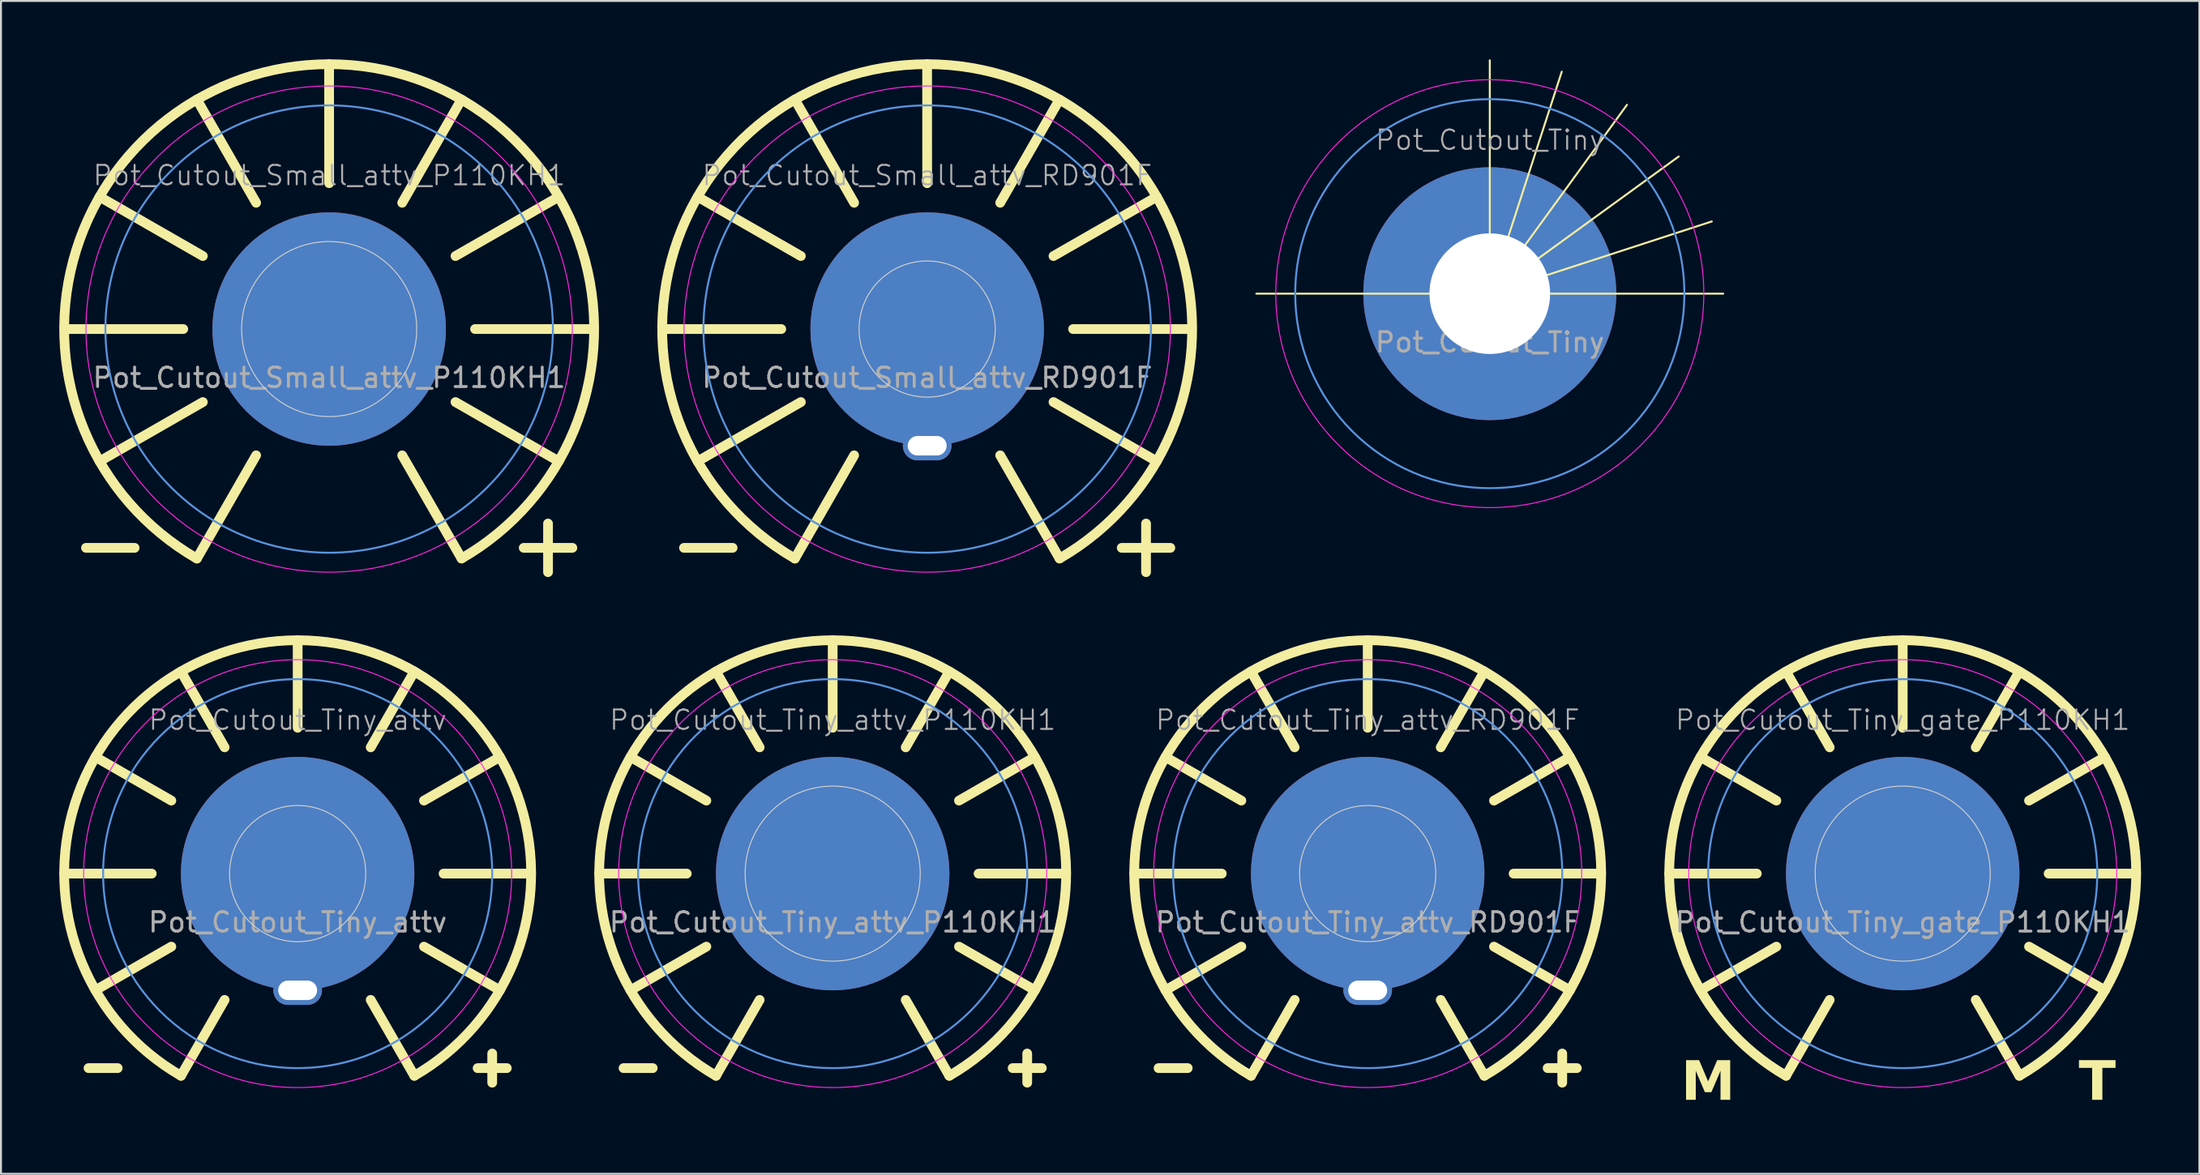
<source format=kicad_pcb>
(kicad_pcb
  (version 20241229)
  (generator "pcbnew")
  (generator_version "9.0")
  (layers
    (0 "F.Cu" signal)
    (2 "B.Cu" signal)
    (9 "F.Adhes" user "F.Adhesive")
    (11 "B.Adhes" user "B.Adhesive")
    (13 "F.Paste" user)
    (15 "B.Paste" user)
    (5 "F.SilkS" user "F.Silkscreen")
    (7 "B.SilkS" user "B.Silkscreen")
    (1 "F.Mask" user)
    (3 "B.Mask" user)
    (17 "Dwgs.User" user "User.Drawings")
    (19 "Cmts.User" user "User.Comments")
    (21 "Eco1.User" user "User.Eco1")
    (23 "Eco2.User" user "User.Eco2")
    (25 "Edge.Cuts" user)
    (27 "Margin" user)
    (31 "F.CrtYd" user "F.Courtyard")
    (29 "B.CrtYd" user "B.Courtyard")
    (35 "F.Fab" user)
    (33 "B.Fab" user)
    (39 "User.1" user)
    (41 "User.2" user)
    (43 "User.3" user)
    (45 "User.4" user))
  (footprint "Pot_Cutout_Tiny_attv_RD901F"
    (layer "F.Cu")
    (at 67.25 41.869)
    (property "Reference" "Pot_Cutout_Tiny_attv_RD901F" (at 0 -7.9 0) (unlocked yes) (layer "F.Fab") (effects (font (size 1 1) (thickness 0.1))))
    (attr through_hole)
    (fp_line (start -10.75 10) (end -9.25 10) (stroke (width 0.5) (type default)) (layer "F.SilkS"))
    (fp_line (start -7.5 0) (end -12 0) (stroke (width 0.5) (type default)) (layer "F.SilkS"))
    (fp_line (start -6.493 -3.754) (end -10.394 -5.997) (stroke (width 0.5) (type default)) (layer "F.SilkS"))
    (fp_line (start -6.493 3.754) (end -10.394 5.997) (stroke (width 0.5) (type default)) (layer "F.SilkS"))
    (fp_line (start -3.754 -6.493) (end -5.997 -10.394) (stroke (width 0.5) (type default)) (layer "F.SilkS"))
    (fp_line (start -3.754 6.493) (end -5.997 10.394) (stroke (width 0.5) (type default)) (layer "F.SilkS"))
    (fp_line (start 0 -7.5) (end 0 -12) (stroke (width 0.5) (type default)) (layer "F.SilkS"))
    (fp_line (start 3.754 -6.493) (end 5.997 -10.394) (stroke (width 0.5) (type default)) (layer "F.SilkS"))
    (fp_line (start 3.754 6.493) (end 5.997 10.394) (stroke (width 0.5) (type default)) (layer "F.SilkS"))
    (fp_line (start 6.493 -3.754) (end 10.394 -5.997) (stroke (width 0.5) (type default)) (layer "F.SilkS"))
    (fp_line (start 6.493 3.754) (end 10.394 5.997) (stroke (width 0.5) (type default)) (layer "F.SilkS"))
    (fp_line (start 7.5 0) (end 12 0) (stroke (width 0.5) (type default)) (layer "F.SilkS"))
    (fp_line (start 9.25 10) (end 10.75 10) (stroke (width 0.5) (type default)) (layer "F.SilkS"))
    (fp_line (start 10 10.75) (end 10 9.25) (stroke (width 0.5) (type default)) (layer "F.SilkS"))
    (fp_arc (start -5.996567 10.394285) (mid -11.591622 -3.103914) (end 0 -11.999999) (stroke (width 0.5) (type default)) (layer "F.SilkS"))
    (fp_arc (start 0 -11.999996) (mid 11.591604 -3.103969) (end 5.996669 10.394227) (stroke (width 0.5) (type default)) (layer "F.SilkS"))
    (fp_circle (center 0 0) (end 10 0) (stroke (width 0.1) (type default)) (fill no) (layer "Cmts.User"))
    (fp_circle (center 0 0) (end 3.5 0) (stroke (width 0.05) (type default)) (fill no) (layer "Edge.Cuts"))
    (fp_circle (center 0 0) (end 11 0) (stroke (width 0.05) (type default)) (fill no) (layer "F.CrtYd"))
    (fp_text user "${REFERENCE}" (at 0 2.5 0) (unlocked yes) (layer "F.Fab") (effects (font (size 1 1) (thickness 0.15))))
    (pad "1" connect circle (at 0 0) (size 12 12) (layers "F.Cu" "F.Mask"))
    (pad "1" connect circle (at 0 0) (size 12 12) (layers "B.Cu" "B.Mask"))
    (pad "1" thru_hole oval (at 0 6) (size 2.5 1.5) (drill oval 2 1) (layers "*.Cu" "*.Mask")))
  (footprint "Pot_Cutout_Tiny_attv"
    (layer "F.Cu")
    (at 12.25 41.869)
    (property "Reference" "Pot_Cutout_Tiny_attv" (at 0 -7.9 0) (unlocked yes) (layer "F.Fab") (effects (font (size 1 1) (thickness 0.1))))
    (attr through_hole)
    (fp_line (start -10.75 10) (end -9.25 10) (stroke (width 0.5) (type default)) (layer "F.SilkS"))
    (fp_line (start -7.5 0) (end -12 0) (stroke (width 0.5) (type default)) (layer "F.SilkS"))
    (fp_line (start -6.493 -3.754) (end -10.394 -5.997) (stroke (width 0.5) (type default)) (layer "F.SilkS"))
    (fp_line (start -6.493 3.754) (end -10.394 5.997) (stroke (width 0.5) (type default)) (layer "F.SilkS"))
    (fp_line (start -3.754 -6.493) (end -5.997 -10.394) (stroke (width 0.5) (type default)) (layer "F.SilkS"))
    (fp_line (start -3.754 6.493) (end -5.997 10.394) (stroke (width 0.5) (type default)) (layer "F.SilkS"))
    (fp_line (start 0 -7.5) (end 0 -12) (stroke (width 0.5) (type default)) (layer "F.SilkS"))
    (fp_line (start 3.754 -6.493) (end 5.997 -10.394) (stroke (width 0.5) (type default)) (layer "F.SilkS"))
    (fp_line (start 3.754 6.493) (end 5.997 10.394) (stroke (width 0.5) (type default)) (layer "F.SilkS"))
    (fp_line (start 6.493 -3.754) (end 10.394 -5.997) (stroke (width 0.5) (type default)) (layer "F.SilkS"))
    (fp_line (start 6.493 3.754) (end 10.394 5.997) (stroke (width 0.5) (type default)) (layer "F.SilkS"))
    (fp_line (start 7.5 0) (end 12 0) (stroke (width 0.5) (type default)) (layer "F.SilkS"))
    (fp_line (start 9.25 10) (end 10.75 10) (stroke (width 0.5) (type default)) (layer "F.SilkS"))
    (fp_line (start 10 10.75) (end 10 9.25) (stroke (width 0.5) (type default)) (layer "F.SilkS"))
    (fp_arc (start -5.996567 10.394285) (mid -11.591622 -3.103914) (end 0 -11.999999) (stroke (width 0.5) (type default)) (layer "F.SilkS"))
    (fp_arc (start 0 -11.999996) (mid 11.591604 -3.103969) (end 5.996669 10.394227) (stroke (width 0.5) (type default)) (layer "F.SilkS"))
    (fp_circle (center 0 0) (end 10 0) (stroke (width 0.1) (type default)) (fill no) (layer "Cmts.User"))
    (fp_circle (center 0 0) (end 0 3.5) (stroke (width 0.05) (type default)) (fill no) (layer "Edge.Cuts"))
    (fp_circle (center 0 0) (end 11 0) (stroke (width 0.05) (type default)) (fill no) (layer "F.CrtYd"))
    (fp_text user "${REFERENCE}" (at 0 2.5 0) (unlocked yes) (layer "F.Fab") (effects (font (size 1 1) (thickness 0.15))))
    (pad "1" connect circle (at 0 0) (size 12 12) (layers "F.Cu" "F.Mask"))
    (pad "1" connect circle (at 0 0) (size 12 12) (layers "B.Cu" "B.Mask"))
    (pad "1" thru_hole oval (at 0 6) (size 2.5 1.5) (drill oval 2 1) (layers "*.Cu" "*.Mask")))
  (footprint "Pot_Cutout_Tiny_attv_P110KH1"
    (layer "F.Cu")
    (at 39.75 41.869)
    (property "Reference" "Pot_Cutout_Tiny_attv_P110KH1" (at 0 -7.9 0) (unlocked yes) (layer "F.Fab") (effects (font (size 1 1) (thickness 0.1))))
    (attr through_hole)
    (fp_line (start -10.75 10) (end -9.25 10) (stroke (width 0.5) (type default)) (layer "F.SilkS"))
    (fp_line (start -7.5 0) (end -12 0) (stroke (width 0.5) (type default)) (layer "F.SilkS"))
    (fp_line (start -6.493 -3.754) (end -10.394 -5.997) (stroke (width 0.5) (type default)) (layer "F.SilkS"))
    (fp_line (start -6.493 3.754) (end -10.394 5.997) (stroke (width 0.5) (type default)) (layer "F.SilkS"))
    (fp_line (start -3.754 -6.493) (end -5.997 -10.394) (stroke (width 0.5) (type default)) (layer "F.SilkS"))
    (fp_line (start -3.754 6.493) (end -5.997 10.394) (stroke (width 0.5) (type default)) (layer "F.SilkS"))
    (fp_line (start 0 -7.5) (end 0 -12) (stroke (width 0.5) (type default)) (layer "F.SilkS"))
    (fp_line (start 3.754 -6.493) (end 5.997 -10.394) (stroke (width 0.5) (type default)) (layer "F.SilkS"))
    (fp_line (start 3.754 6.493) (end 5.997 10.394) (stroke (width 0.5) (type default)) (layer "F.SilkS"))
    (fp_line (start 6.493 -3.754) (end 10.394 -5.997) (stroke (width 0.5) (type default)) (layer "F.SilkS"))
    (fp_line (start 6.493 3.754) (end 10.394 5.997) (stroke (width 0.5) (type default)) (layer "F.SilkS"))
    (fp_line (start 7.5 0) (end 12 0) (stroke (width 0.5) (type default)) (layer "F.SilkS"))
    (fp_line (start 9.25 10) (end 10.75 10) (stroke (width 0.5) (type default)) (layer "F.SilkS"))
    (fp_line (start 10 10.75) (end 10 9.25) (stroke (width 0.5) (type default)) (layer "F.SilkS"))
    (fp_arc (start -5.996567 10.394285) (mid -11.591622 -3.103914) (end 0 -11.999999) (stroke (width 0.5) (type default)) (layer "F.SilkS"))
    (fp_arc (start 0 -11.999996) (mid 11.591604 -3.103969) (end 5.996669 10.394227) (stroke (width 0.5) (type default)) (layer "F.SilkS"))
    (fp_circle (center 0 0) (end 10 0) (stroke (width 0.1) (type default)) (fill no) (layer "Cmts.User"))
    (fp_circle (center 0 0) (end 4.5 0) (stroke (width 0.05) (type default)) (fill no) (layer "Edge.Cuts"))
    (fp_circle (center 0 0) (end 11 0) (stroke (width 0.05) (type default)) (fill no) (layer "F.CrtYd"))
    (fp_text user "${REFERENCE}" (at 0 2.5 0) (unlocked yes) (layer "F.Fab") (effects (font (size 1 1) (thickness 0.15))))
    (pad "1" connect circle (at 0 0) (size 12 12) (layers "F.Cu" "F.Mask"))
    (pad "1" connect circle (at 0 0) (size 12 12) (layers "B.Cu" "B.Mask")))
  (footprint "Pot_Cutout_Tiny_gate_P110KH1"
    (layer "F.Cu")
    (at 94.75 41.869)
    (property "Reference" "Pot_Cutout_Tiny_gate_P110KH1" (at 0 -7.9 0) (unlocked yes) (layer "F.Fab") (effects (font (size 1 1) (thickness 0.1))))
    (attr through_hole)
    (fp_line (start -7.5 0) (end -12 0) (stroke (width 0.5) (type default)) (layer "F.SilkS"))
    (fp_line (start -6.493 -3.754) (end -10.394 -5.997) (stroke (width 0.5) (type default)) (layer "F.SilkS"))
    (fp_line (start -6.493 3.754) (end -10.394 5.997) (stroke (width 0.5) (type default)) (layer "F.SilkS"))
    (fp_line (start -3.754 -6.493) (end -5.997 -10.394) (stroke (width 0.5) (type default)) (layer "F.SilkS"))
    (fp_line (start -3.754 6.493) (end -5.997 10.394) (stroke (width 0.5) (type default)) (layer "F.SilkS"))
    (fp_line (start 0 -7.5) (end 0 -12) (stroke (width 0.5) (type default)) (layer "F.SilkS"))
    (fp_line (start 3.754 -6.493) (end 5.997 -10.394) (stroke (width 0.5) (type default)) (layer "F.SilkS"))
    (fp_line (start 3.754 6.493) (end 5.997 10.394) (stroke (width 0.5) (type default)) (layer "F.SilkS"))
    (fp_line (start 6.493 -3.754) (end 10.394 -5.997) (stroke (width 0.5) (type default)) (layer "F.SilkS"))
    (fp_line (start 6.493 3.754) (end 10.394 5.997) (stroke (width 0.5) (type default)) (layer "F.SilkS"))
    (fp_line (start 7.5 0) (end 12 0) (stroke (width 0.5) (type default)) (layer "F.SilkS"))
    (fp_arc (start -5.996567 10.394285) (mid -11.591622 -3.103914) (end 0 -11.999999) (stroke (width 0.5) (type default)) (layer "F.SilkS"))
    (fp_arc (start 0 -11.999996) (mid 11.591604 -3.103969) (end 5.996669 10.394227) (stroke (width 0.5) (type default)) (layer "F.SilkS"))
    (fp_circle (center 0 0) (end 10 0) (stroke (width 0.1) (type default)) (fill no) (layer "Cmts.User"))
    (fp_circle (center 0 0) (end 4.5 0) (stroke (width 0.05) (type default)) (fill no) (layer "Edge.Cuts"))
    (fp_circle (center 0 0) (end 11 0) (stroke (width 0.05) (type default)) (fill no) (layer "F.CrtYd"))
    (fp_text user "M" (at -10 10.8 0) (unlocked yes) (layer "F.SilkS") (effects (font (face "Nulshock Rg") (size 2 2) (thickness 0.4) (bold yes))))
    (fp_text user "T" (at 10 10.8 0) (unlocked yes) (layer "F.SilkS") (effects (font (face "Nulshock Rg") (size 2 2) (thickness 0.4) (bold yes))))
    (fp_text user "${REFERENCE}" (at 0 2.5 0) (unlocked yes) (layer "F.Fab") (effects (font (size 1 1) (thickness 0.15))))
    (pad "1" connect circle (at 0 0) (size 12 12) (layers "F.Cu" "F.Mask"))
    (pad "1" connect circle (at 0 0) (size 12 12) (layers "B.Cu" "B.Mask")))
  (footprint "Pot_Cutout_Small_attv_P110KH1"
    (layer "F.Cu")
    (at 13.869 13.869)
    (property "Reference" "Pot_Cutout_Small_attv_P110KH1" (at 0 -7.9 0) (unlocked yes) (layer "F.Fab") (effects (font (size 1 1) (thickness 0.1))))
    (attr through_hole)
    (fp_line (start -12.5 11.25) (end -10 11.25) (stroke (width 0.5) (type default)) (layer "F.SilkS"))
    (fp_line (start -7.5 0) (end -13.6 0) (stroke (width 0.5) (type default)) (layer "F.SilkS"))
    (fp_line (start -6.493 -3.754) (end -11.8 -6.8) (stroke (width 0.5) (type default)) (layer "F.SilkS"))
    (fp_line (start -6.493 3.754) (end -11.8 6.8) (stroke (width 0.5) (type default)) (layer "F.SilkS"))
    (fp_line (start -3.754 -6.493) (end -6.8 -11.8) (stroke (width 0.5) (type default)) (layer "F.SilkS"))
    (fp_line (start -3.754 6.493) (end -6.8 11.8) (stroke (width 0.5) (type default)) (layer "F.SilkS"))
    (fp_line (start 0 -7.5) (end -0.003 -13.619) (stroke (width 0.5) (type default)) (layer "F.SilkS"))
    (fp_line (start 3.754 -6.493) (end 6.8 -11.8) (stroke (width 0.5) (type default)) (layer "F.SilkS"))
    (fp_line (start 3.754 6.493) (end 6.806 11.797) (stroke (width 0.5) (type default)) (layer "F.SilkS"))
    (fp_line (start 6.493 -3.754) (end 11.8 -6.8) (stroke (width 0.5) (type default)) (layer "F.SilkS"))
    (fp_line (start 6.493 3.754) (end 11.8 6.8) (stroke (width 0.5) (type default)) (layer "F.SilkS"))
    (fp_line (start 7.5 0) (end 13.6 0) (stroke (width 0.5) (type default)) (layer "F.SilkS"))
    (fp_line (start 10 11.25) (end 12.5 11.25) (stroke (width 0.5) (type default)) (layer "F.SilkS"))
    (fp_line (start 11.25 10) (end 11.25 12.5) (stroke (width 0.5) (type default)) (layer "F.SilkS"))
    (fp_arc (start -6.8 11.8) (mid -0.003331 -13.619104) (end 6.805772 11.796672) (stroke (width 0.5) (type default)) (layer "F.SilkS"))
    (fp_circle (center 0 0) (end 11.5 0) (stroke (width 0.1) (type default)) (fill no) (layer "Cmts.User"))
    (fp_circle (center 0 0) (end 4.5 0) (stroke (width 0.05) (type default)) (fill no) (layer "Edge.Cuts"))
    (fp_circle (center 0 0) (end 12.5 0) (stroke (width 0.05) (type default)) (fill no) (layer "F.CrtYd"))
    (fp_text user "${REFERENCE}" (at 0 2.5 0) (unlocked yes) (layer "F.Fab") (effects (font (size 1 1) (thickness 0.15))))
    (pad "1" connect circle (at 0 0) (size 12 12) (layers "F.Cu" "F.Mask"))
    (pad "1" connect circle (at 0 0) (size 12 12) (layers "B.Cu" "B.Mask")))
  (footprint "Pot_Cutout_Small_attv_RD901F"
    (layer "F.Cu")
    (at 44.607 13.869)
    (property "Reference" "Pot_Cutout_Small_attv_RD901F" (at 0 -7.9 0) (unlocked yes) (layer "F.Fab") (effects (font (size 1 1) (thickness 0.1))))
    (attr through_hole)
    (fp_line (start -12.5 11.25) (end -10 11.25) (stroke (width 0.5) (type default)) (layer "F.SilkS"))
    (fp_line (start -7.5 0) (end -13.6 0) (stroke (width 0.5) (type default)) (layer "F.SilkS"))
    (fp_line (start -6.493 -3.754) (end -11.8 -6.8) (stroke (width 0.5) (type default)) (layer "F.SilkS"))
    (fp_line (start -6.493 3.754) (end -11.8 6.8) (stroke (width 0.5) (type default)) (layer "F.SilkS"))
    (fp_line (start -3.754 -6.493) (end -6.8 -11.8) (stroke (width 0.5) (type default)) (layer "F.SilkS"))
    (fp_line (start -3.754 6.493) (end -6.8 11.8) (stroke (width 0.5) (type default)) (layer "F.SilkS"))
    (fp_line (start 0 -7.5) (end -0.003 -13.619) (stroke (width 0.5) (type default)) (layer "F.SilkS"))
    (fp_line (start 3.754 -6.493) (end 6.8 -11.8) (stroke (width 0.5) (type default)) (layer "F.SilkS"))
    (fp_line (start 3.754 6.493) (end 6.806 11.797) (stroke (width 0.5) (type default)) (layer "F.SilkS"))
    (fp_line (start 6.493 -3.754) (end 11.8 -6.8) (stroke (width 0.5) (type default)) (layer "F.SilkS"))
    (fp_line (start 6.493 3.754) (end 11.8 6.8) (stroke (width 0.5) (type default)) (layer "F.SilkS"))
    (fp_line (start 7.5 0) (end 13.6 0) (stroke (width 0.5) (type default)) (layer "F.SilkS"))
    (fp_line (start 10 11.25) (end 12.5 11.25) (stroke (width 0.5) (type default)) (layer "F.SilkS"))
    (fp_line (start 11.25 10) (end 11.25 12.5) (stroke (width 0.5) (type default)) (layer "F.SilkS"))
    (fp_arc (start -6.8 11.8) (mid -0.003331 -13.619104) (end 6.805772 11.796672) (stroke (width 0.5) (type default)) (layer "F.SilkS"))
    (fp_circle (center 0 0) (end 11.5 0) (stroke (width 0.1) (type default)) (fill no) (layer "Cmts.User"))
    (fp_circle (center 0 0) (end 3.5 0) (stroke (width 0.05) (type default)) (fill no) (layer "Edge.Cuts"))
    (fp_circle (center 0 0) (end 12.5 0) (stroke (width 0.05) (type default)) (fill no) (layer "F.CrtYd"))
    (fp_text user "${REFERENCE}" (at 0 2.5 0) (unlocked yes) (layer "F.Fab") (effects (font (size 1 1) (thickness 0.15))))
    (pad "1" connect circle (at 0 0) (size 12 12) (layers "F.Cu" "F.Mask"))
    (pad "1" connect circle (at 0 0) (size 12 12) (layers "B.Cu" "B.Mask"))
    (pad "1" thru_hole oval (at 0 6) (size 2.5 1.5) (drill oval 2 1) (layers "*.Cu" "*.Mask")))
  (footprint "Pot_Cutout_Tiny"
    (layer "F.Cu")
    (at 73.526 12.05)
    (property "Reference" "Pot_Cutout_Tiny" (at 0 -7.9 0) (unlocked yes) (layer "F.Fab") (effects (font (size 1 1) (thickness 0.1))))
    (attr through_hole)
    (fp_line (start 0 0) (end -12 0) (stroke (width 0.1) (type default)) (layer "F.SilkS"))
    (fp_line (start 0 0) (end 0 -12) (stroke (width 0.1) (type default)) (layer "F.SilkS"))
    (fp_line (start 0 0) (end 3.7 -11.415) (stroke (width 0.1) (type default)) (layer "F.SilkS"))
    (fp_line (start 0 0) (end 7.051 -9.71) (stroke (width 0.1) (type default)) (layer "F.SilkS"))
    (fp_line (start 0 0) (end 9.709 -7.052) (stroke (width 0.1) (type default)) (layer "F.SilkS"))
    (fp_line (start 0 0) (end 12 0) (stroke (width 0.1) (type default)) (layer "F.SilkS"))
    (fp_line (start 11.411 -3.714) (end 0 0) (stroke (width 0.1) (type default)) (layer "F.SilkS"))
    (fp_circle (center 0 0) (end 10 0) (stroke (width 0.1) (type default)) (fill no) (layer "Cmts.User"))
    (fp_circle (center 0 0) (end 11 0) (stroke (width 0.05) (type default)) (fill no) (layer "F.CrtYd"))
    (fp_text user "${REFERENCE}" (at 0 2.5 0) (unlocked yes) (layer "F.Fab") (effects (font (size 1 1) (thickness 0.15))))
    (pad "1" thru_hole circle (at 0 0) (size 13 13) (drill 6.2) (layers "*.Cu" "*.Mask")))
  (gr_rect
    (start -3 -3)
    (end 110 57.303)
    (stroke (width 0.1) (type default))
    (fill no)
    (layer "Edge.Cuts")))
</source>
